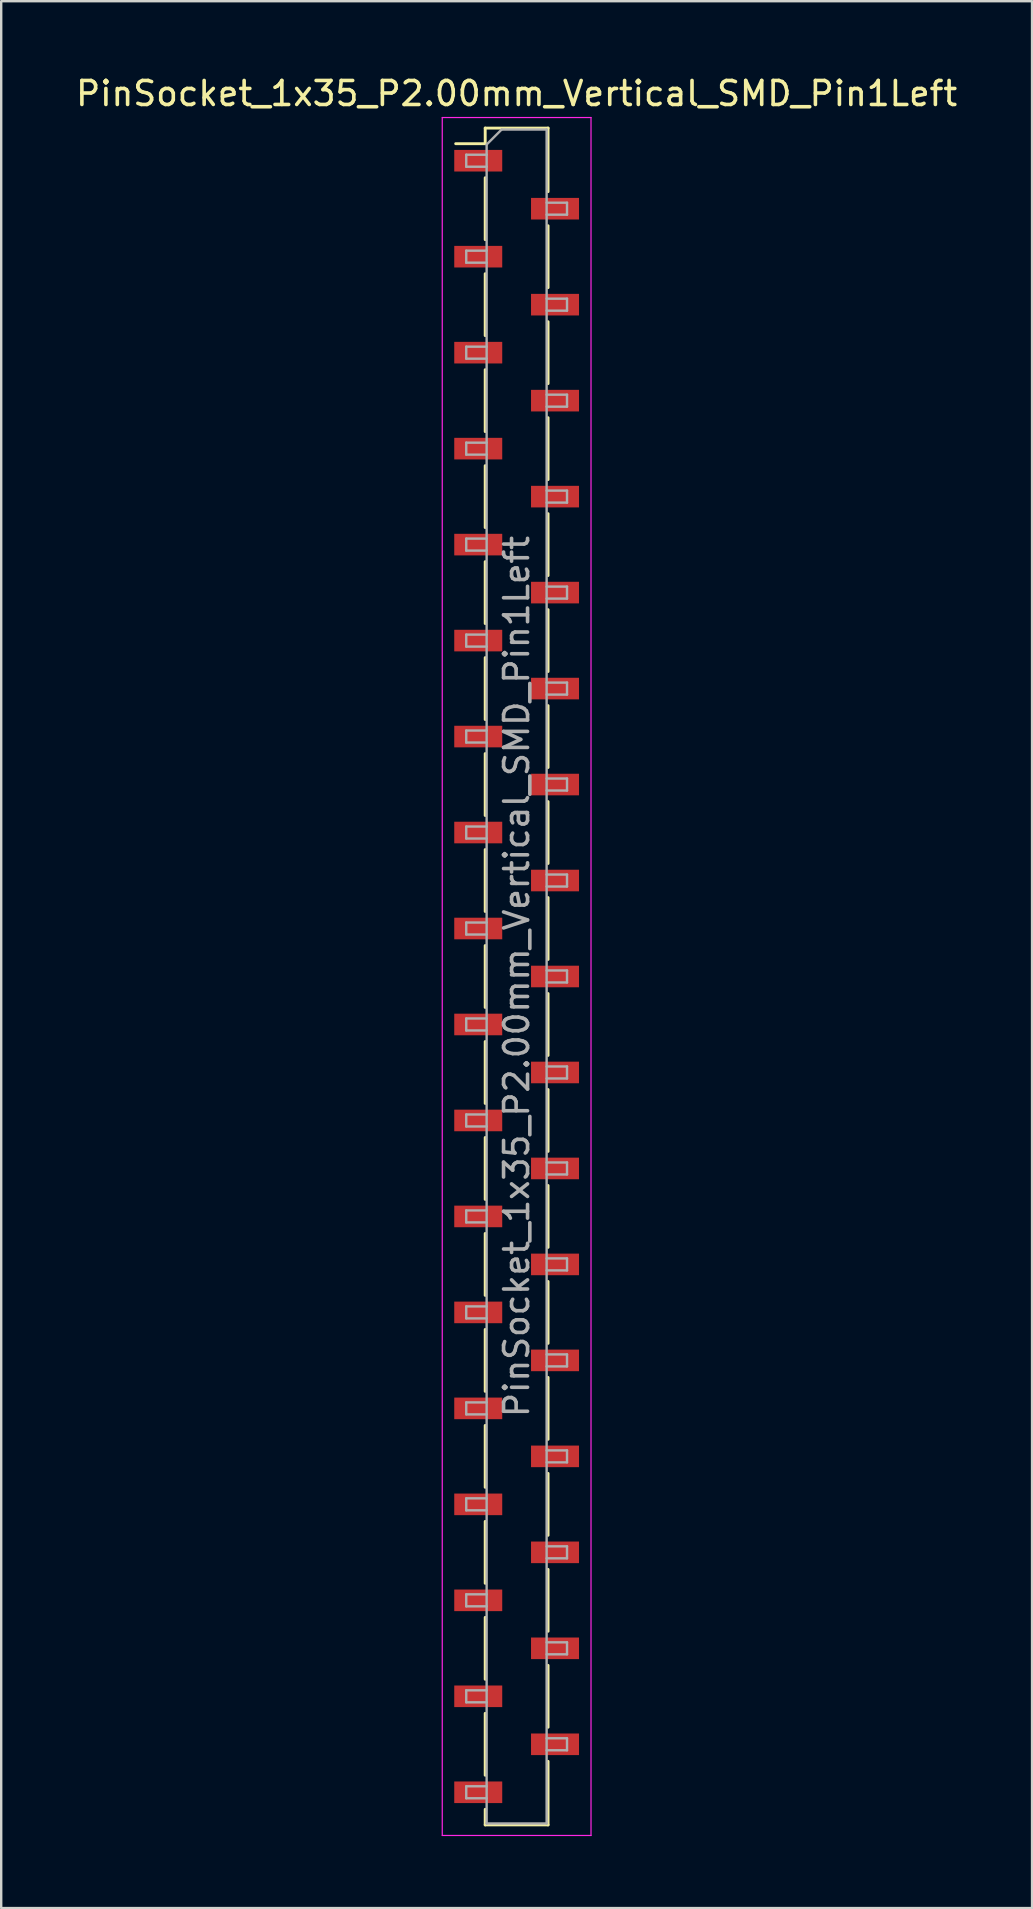
<source format=kicad_pcb>
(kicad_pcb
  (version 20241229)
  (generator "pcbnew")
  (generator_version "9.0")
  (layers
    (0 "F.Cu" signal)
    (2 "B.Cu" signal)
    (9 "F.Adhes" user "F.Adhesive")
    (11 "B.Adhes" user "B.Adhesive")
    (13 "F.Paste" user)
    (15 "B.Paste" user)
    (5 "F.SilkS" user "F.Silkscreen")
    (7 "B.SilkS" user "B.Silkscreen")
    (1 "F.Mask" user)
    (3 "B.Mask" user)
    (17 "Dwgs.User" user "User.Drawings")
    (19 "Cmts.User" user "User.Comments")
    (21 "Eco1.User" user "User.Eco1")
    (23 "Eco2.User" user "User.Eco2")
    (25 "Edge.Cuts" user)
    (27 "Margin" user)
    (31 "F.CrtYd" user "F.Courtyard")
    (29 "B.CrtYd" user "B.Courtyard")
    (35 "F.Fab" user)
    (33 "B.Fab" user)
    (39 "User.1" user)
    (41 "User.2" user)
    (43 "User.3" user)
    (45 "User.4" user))
  (footprint "PinSocket_1x35_P2.00mm_Vertical_SMD_Pin1Left"
    (layer "F.Cu")
    (at 18.482 37.648)
    (property "Reference" "PinSocket_1x35_P2.00mm_Vertical_SMD_Pin1Left" (at 0 -36.8 0) (layer "F.SilkS") (effects (font (size 1 1) (thickness 0.15))))
    (attr smd)
    (fp_line (start -2.54 -34.71) (end -1.31 -34.71) (stroke (width 0.12) (type solid)) (layer "F.SilkS"))
    (fp_line (start -1.31 -35.36) (end -1.31 -34.71) (stroke (width 0.12) (type solid)) (layer "F.SilkS"))
    (fp_line (start -1.31 -35.36) (end 1.31 -35.36) (stroke (width 0.12) (type solid)) (layer "F.SilkS"))
    (fp_line (start -1.31 -33.29) (end -1.31 -30.71) (stroke (width 0.12) (type solid)) (layer "F.SilkS"))
    (fp_line (start -1.31 -29.29) (end -1.31 -26.71) (stroke (width 0.12) (type solid)) (layer "F.SilkS"))
    (fp_line (start -1.31 -25.29) (end -1.31 -22.71) (stroke (width 0.12) (type solid)) (layer "F.SilkS"))
    (fp_line (start -1.31 -21.29) (end -1.31 -18.71) (stroke (width 0.12) (type solid)) (layer "F.SilkS"))
    (fp_line (start -1.31 -17.29) (end -1.31 -14.71) (stroke (width 0.12) (type solid)) (layer "F.SilkS"))
    (fp_line (start -1.31 -13.29) (end -1.31 -10.71) (stroke (width 0.12) (type solid)) (layer "F.SilkS"))
    (fp_line (start -1.31 -9.29) (end -1.31 -6.71) (stroke (width 0.12) (type solid)) (layer "F.SilkS"))
    (fp_line (start -1.31 -5.29) (end -1.31 -2.71) (stroke (width 0.12) (type solid)) (layer "F.SilkS"))
    (fp_line (start -1.31 -1.29) (end -1.31 1.29) (stroke (width 0.12) (type solid)) (layer "F.SilkS"))
    (fp_line (start -1.31 2.71) (end -1.31 5.29) (stroke (width 0.12) (type solid)) (layer "F.SilkS"))
    (fp_line (start -1.31 6.71) (end -1.31 9.29) (stroke (width 0.12) (type solid)) (layer "F.SilkS"))
    (fp_line (start -1.31 10.71) (end -1.31 13.29) (stroke (width 0.12) (type solid)) (layer "F.SilkS"))
    (fp_line (start -1.31 14.71) (end -1.31 17.29) (stroke (width 0.12) (type solid)) (layer "F.SilkS"))
    (fp_line (start -1.31 18.71) (end -1.31 21.29) (stroke (width 0.12) (type solid)) (layer "F.SilkS"))
    (fp_line (start -1.31 22.71) (end -1.31 25.29) (stroke (width 0.12) (type solid)) (layer "F.SilkS"))
    (fp_line (start -1.31 26.71) (end -1.31 29.29) (stroke (width 0.12) (type solid)) (layer "F.SilkS"))
    (fp_line (start -1.31 30.71) (end -1.31 33.29) (stroke (width 0.12) (type solid)) (layer "F.SilkS"))
    (fp_line (start -1.31 34.71) (end -1.31 35.36) (stroke (width 0.12) (type solid)) (layer "F.SilkS"))
    (fp_line (start -1.31 35.36) (end 1.31 35.36) (stroke (width 0.12) (type solid)) (layer "F.SilkS"))
    (fp_line (start 1.31 -35.36) (end 1.31 -32.71) (stroke (width 0.12) (type solid)) (layer "F.SilkS"))
    (fp_line (start 1.31 -31.29) (end 1.31 -28.71) (stroke (width 0.12) (type solid)) (layer "F.SilkS"))
    (fp_line (start 1.31 -27.29) (end 1.31 -24.71) (stroke (width 0.12) (type solid)) (layer "F.SilkS"))
    (fp_line (start 1.31 -23.29) (end 1.31 -20.71) (stroke (width 0.12) (type solid)) (layer "F.SilkS"))
    (fp_line (start 1.31 -19.29) (end 1.31 -16.71) (stroke (width 0.12) (type solid)) (layer "F.SilkS"))
    (fp_line (start 1.31 -15.29) (end 1.31 -12.71) (stroke (width 0.12) (type solid)) (layer "F.SilkS"))
    (fp_line (start 1.31 -11.29) (end 1.31 -8.71) (stroke (width 0.12) (type solid)) (layer "F.SilkS"))
    (fp_line (start 1.31 -7.29) (end 1.31 -4.71) (stroke (width 0.12) (type solid)) (layer "F.SilkS"))
    (fp_line (start 1.31 -3.29) (end 1.31 -0.71) (stroke (width 0.12) (type solid)) (layer "F.SilkS"))
    (fp_line (start 1.31 0.71) (end 1.31 3.29) (stroke (width 0.12) (type solid)) (layer "F.SilkS"))
    (fp_line (start 1.31 4.71) (end 1.31 7.29) (stroke (width 0.12) (type solid)) (layer "F.SilkS"))
    (fp_line (start 1.31 8.71) (end 1.31 11.29) (stroke (width 0.12) (type solid)) (layer "F.SilkS"))
    (fp_line (start 1.31 12.71) (end 1.31 15.29) (stroke (width 0.12) (type solid)) (layer "F.SilkS"))
    (fp_line (start 1.31 16.71) (end 1.31 19.29) (stroke (width 0.12) (type solid)) (layer "F.SilkS"))
    (fp_line (start 1.31 20.71) (end 1.31 23.29) (stroke (width 0.12) (type solid)) (layer "F.SilkS"))
    (fp_line (start 1.31 24.71) (end 1.31 27.29) (stroke (width 0.12) (type solid)) (layer "F.SilkS"))
    (fp_line (start 1.31 28.71) (end 1.31 31.29) (stroke (width 0.12) (type solid)) (layer "F.SilkS"))
    (fp_line (start 1.31 32.71) (end 1.31 35.36) (stroke (width 0.12) (type solid)) (layer "F.SilkS"))
    (fp_line (start -3.1 -35.8) (end 3.1 -35.8) (stroke (width 0.05) (type solid)) (layer "F.CrtYd"))
    (fp_line (start -3.1 35.8) (end -3.1 -35.8) (stroke (width 0.05) (type solid)) (layer "F.CrtYd"))
    (fp_line (start 3.1 -35.8) (end 3.1 35.8) (stroke (width 0.05) (type solid)) (layer "F.CrtYd"))
    (fp_line (start 3.1 35.8) (end -3.1 35.8) (stroke (width 0.05) (type solid)) (layer "F.CrtYd"))
    (fp_line (start -2.1 -34.25) (end -1.25 -34.25) (stroke (width 0.1) (type solid)) (layer "F.Fab"))
    (fp_line (start -2.1 -33.75) (end -2.1 -34.25) (stroke (width 0.1) (type solid)) (layer "F.Fab"))
    (fp_line (start -2.1 -30.25) (end -1.25 -30.25) (stroke (width 0.1) (type solid)) (layer "F.Fab"))
    (fp_line (start -2.1 -29.75) (end -2.1 -30.25) (stroke (width 0.1) (type solid)) (layer "F.Fab"))
    (fp_line (start -2.1 -26.25) (end -1.25 -26.25) (stroke (width 0.1) (type solid)) (layer "F.Fab"))
    (fp_line (start -2.1 -25.75) (end -2.1 -26.25) (stroke (width 0.1) (type solid)) (layer "F.Fab"))
    (fp_line (start -2.1 -22.25) (end -1.25 -22.25) (stroke (width 0.1) (type solid)) (layer "F.Fab"))
    (fp_line (start -2.1 -21.75) (end -2.1 -22.25) (stroke (width 0.1) (type solid)) (layer "F.Fab"))
    (fp_line (start -2.1 -18.25) (end -1.25 -18.25) (stroke (width 0.1) (type solid)) (layer "F.Fab"))
    (fp_line (start -2.1 -17.75) (end -2.1 -18.25) (stroke (width 0.1) (type solid)) (layer "F.Fab"))
    (fp_line (start -2.1 -14.25) (end -1.25 -14.25) (stroke (width 0.1) (type solid)) (layer "F.Fab"))
    (fp_line (start -2.1 -13.75) (end -2.1 -14.25) (stroke (width 0.1) (type solid)) (layer "F.Fab"))
    (fp_line (start -2.1 -10.25) (end -1.25 -10.25) (stroke (width 0.1) (type solid)) (layer "F.Fab"))
    (fp_line (start -2.1 -9.75) (end -2.1 -10.25) (stroke (width 0.1) (type solid)) (layer "F.Fab"))
    (fp_line (start -2.1 -6.25) (end -1.25 -6.25) (stroke (width 0.1) (type solid)) (layer "F.Fab"))
    (fp_line (start -2.1 -5.75) (end -2.1 -6.25) (stroke (width 0.1) (type solid)) (layer "F.Fab"))
    (fp_line (start -2.1 -2.25) (end -1.25 -2.25) (stroke (width 0.1) (type solid)) (layer "F.Fab"))
    (fp_line (start -2.1 -1.75) (end -2.1 -2.25) (stroke (width 0.1) (type solid)) (layer "F.Fab"))
    (fp_line (start -2.1 1.75) (end -1.25 1.75) (stroke (width 0.1) (type solid)) (layer "F.Fab"))
    (fp_line (start -2.1 2.25) (end -2.1 1.75) (stroke (width 0.1) (type solid)) (layer "F.Fab"))
    (fp_line (start -2.1 5.75) (end -1.25 5.75) (stroke (width 0.1) (type solid)) (layer "F.Fab"))
    (fp_line (start -2.1 6.25) (end -2.1 5.75) (stroke (width 0.1) (type solid)) (layer "F.Fab"))
    (fp_line (start -2.1 9.75) (end -1.25 9.75) (stroke (width 0.1) (type solid)) (layer "F.Fab"))
    (fp_line (start -2.1 10.25) (end -2.1 9.75) (stroke (width 0.1) (type solid)) (layer "F.Fab"))
    (fp_line (start -2.1 13.75) (end -1.25 13.75) (stroke (width 0.1) (type solid)) (layer "F.Fab"))
    (fp_line (start -2.1 14.25) (end -2.1 13.75) (stroke (width 0.1) (type solid)) (layer "F.Fab"))
    (fp_line (start -2.1 17.75) (end -1.25 17.75) (stroke (width 0.1) (type solid)) (layer "F.Fab"))
    (fp_line (start -2.1 18.25) (end -2.1 17.75) (stroke (width 0.1) (type solid)) (layer "F.Fab"))
    (fp_line (start -2.1 21.75) (end -1.25 21.75) (stroke (width 0.1) (type solid)) (layer "F.Fab"))
    (fp_line (start -2.1 22.25) (end -2.1 21.75) (stroke (width 0.1) (type solid)) (layer "F.Fab"))
    (fp_line (start -2.1 25.75) (end -1.25 25.75) (stroke (width 0.1) (type solid)) (layer "F.Fab"))
    (fp_line (start -2.1 26.25) (end -2.1 25.75) (stroke (width 0.1) (type solid)) (layer "F.Fab"))
    (fp_line (start -2.1 29.75) (end -1.25 29.75) (stroke (width 0.1) (type solid)) (layer "F.Fab"))
    (fp_line (start -2.1 30.25) (end -2.1 29.75) (stroke (width 0.1) (type solid)) (layer "F.Fab"))
    (fp_line (start -2.1 33.75) (end -1.25 33.75) (stroke (width 0.1) (type solid)) (layer "F.Fab"))
    (fp_line (start -2.1 34.25) (end -2.1 33.75) (stroke (width 0.1) (type solid)) (layer "F.Fab"))
    (fp_line (start -1.25 -34.675) (end -0.625 -35.3) (stroke (width 0.1) (type solid)) (layer "F.Fab"))
    (fp_line (start -1.25 -33.75) (end -2.1 -33.75) (stroke (width 0.1) (type solid)) (layer "F.Fab"))
    (fp_line (start -1.25 -29.75) (end -2.1 -29.75) (stroke (width 0.1) (type solid)) (layer "F.Fab"))
    (fp_line (start -1.25 -25.75) (end -2.1 -25.75) (stroke (width 0.1) (type solid)) (layer "F.Fab"))
    (fp_line (start -1.25 -21.75) (end -2.1 -21.75) (stroke (width 0.1) (type solid)) (layer "F.Fab"))
    (fp_line (start -1.25 -17.75) (end -2.1 -17.75) (stroke (width 0.1) (type solid)) (layer "F.Fab"))
    (fp_line (start -1.25 -13.75) (end -2.1 -13.75) (stroke (width 0.1) (type solid)) (layer "F.Fab"))
    (fp_line (start -1.25 -9.75) (end -2.1 -9.75) (stroke (width 0.1) (type solid)) (layer "F.Fab"))
    (fp_line (start -1.25 -5.75) (end -2.1 -5.75) (stroke (width 0.1) (type solid)) (layer "F.Fab"))
    (fp_line (start -1.25 -1.75) (end -2.1 -1.75) (stroke (width 0.1) (type solid)) (layer "F.Fab"))
    (fp_line (start -1.25 2.25) (end -2.1 2.25) (stroke (width 0.1) (type solid)) (layer "F.Fab"))
    (fp_line (start -1.25 6.25) (end -2.1 6.25) (stroke (width 0.1) (type solid)) (layer "F.Fab"))
    (fp_line (start -1.25 10.25) (end -2.1 10.25) (stroke (width 0.1) (type solid)) (layer "F.Fab"))
    (fp_line (start -1.25 14.25) (end -2.1 14.25) (stroke (width 0.1) (type solid)) (layer "F.Fab"))
    (fp_line (start -1.25 18.25) (end -2.1 18.25) (stroke (width 0.1) (type solid)) (layer "F.Fab"))
    (fp_line (start -1.25 22.25) (end -2.1 22.25) (stroke (width 0.1) (type solid)) (layer "F.Fab"))
    (fp_line (start -1.25 26.25) (end -2.1 26.25) (stroke (width 0.1) (type solid)) (layer "F.Fab"))
    (fp_line (start -1.25 30.25) (end -2.1 30.25) (stroke (width 0.1) (type solid)) (layer "F.Fab"))
    (fp_line (start -1.25 34.25) (end -2.1 34.25) (stroke (width 0.1) (type solid)) (layer "F.Fab"))
    (fp_line (start -1.25 35.3) (end -1.25 -34.675) (stroke (width 0.1) (type solid)) (layer "F.Fab"))
    (fp_line (start -0.625 -35.3) (end 1.25 -35.3) (stroke (width 0.1) (type solid)) (layer "F.Fab"))
    (fp_line (start 1.25 -35.3) (end 1.25 35.3) (stroke (width 0.1) (type solid)) (layer "F.Fab"))
    (fp_line (start 1.25 -32.25) (end 2.1 -32.25) (stroke (width 0.1) (type solid)) (layer "F.Fab"))
    (fp_line (start 1.25 -28.25) (end 2.1 -28.25) (stroke (width 0.1) (type solid)) (layer "F.Fab"))
    (fp_line (start 1.25 -24.25) (end 2.1 -24.25) (stroke (width 0.1) (type solid)) (layer "F.Fab"))
    (fp_line (start 1.25 -20.25) (end 2.1 -20.25) (stroke (width 0.1) (type solid)) (layer "F.Fab"))
    (fp_line (start 1.25 -16.25) (end 2.1 -16.25) (stroke (width 0.1) (type solid)) (layer "F.Fab"))
    (fp_line (start 1.25 -12.25) (end 2.1 -12.25) (stroke (width 0.1) (type solid)) (layer "F.Fab"))
    (fp_line (start 1.25 -8.25) (end 2.1 -8.25) (stroke (width 0.1) (type solid)) (layer "F.Fab"))
    (fp_line (start 1.25 -4.25) (end 2.1 -4.25) (stroke (width 0.1) (type solid)) (layer "F.Fab"))
    (fp_line (start 1.25 -0.25) (end 2.1 -0.25) (stroke (width 0.1) (type solid)) (layer "F.Fab"))
    (fp_line (start 1.25 3.75) (end 2.1 3.75) (stroke (width 0.1) (type solid)) (layer "F.Fab"))
    (fp_line (start 1.25 7.75) (end 2.1 7.75) (stroke (width 0.1) (type solid)) (layer "F.Fab"))
    (fp_line (start 1.25 11.75) (end 2.1 11.75) (stroke (width 0.1) (type solid)) (layer "F.Fab"))
    (fp_line (start 1.25 15.75) (end 2.1 15.75) (stroke (width 0.1) (type solid)) (layer "F.Fab"))
    (fp_line (start 1.25 19.75) (end 2.1 19.75) (stroke (width 0.1) (type solid)) (layer "F.Fab"))
    (fp_line (start 1.25 23.75) (end 2.1 23.75) (stroke (width 0.1) (type solid)) (layer "F.Fab"))
    (fp_line (start 1.25 27.75) (end 2.1 27.75) (stroke (width 0.1) (type solid)) (layer "F.Fab"))
    (fp_line (start 1.25 31.75) (end 2.1 31.75) (stroke (width 0.1) (type solid)) (layer "F.Fab"))
    (fp_line (start 1.25 35.3) (end -1.25 35.3) (stroke (width 0.1) (type solid)) (layer "F.Fab"))
    (fp_line (start 2.1 -32.25) (end 2.1 -31.75) (stroke (width 0.1) (type solid)) (layer "F.Fab"))
    (fp_line (start 2.1 -31.75) (end 1.25 -31.75) (stroke (width 0.1) (type solid)) (layer "F.Fab"))
    (fp_line (start 2.1 -28.25) (end 2.1 -27.75) (stroke (width 0.1) (type solid)) (layer "F.Fab"))
    (fp_line (start 2.1 -27.75) (end 1.25 -27.75) (stroke (width 0.1) (type solid)) (layer "F.Fab"))
    (fp_line (start 2.1 -24.25) (end 2.1 -23.75) (stroke (width 0.1) (type solid)) (layer "F.Fab"))
    (fp_line (start 2.1 -23.75) (end 1.25 -23.75) (stroke (width 0.1) (type solid)) (layer "F.Fab"))
    (fp_line (start 2.1 -20.25) (end 2.1 -19.75) (stroke (width 0.1) (type solid)) (layer "F.Fab"))
    (fp_line (start 2.1 -19.75) (end 1.25 -19.75) (stroke (width 0.1) (type solid)) (layer "F.Fab"))
    (fp_line (start 2.1 -16.25) (end 2.1 -15.75) (stroke (width 0.1) (type solid)) (layer "F.Fab"))
    (fp_line (start 2.1 -15.75) (end 1.25 -15.75) (stroke (width 0.1) (type solid)) (layer "F.Fab"))
    (fp_line (start 2.1 -12.25) (end 2.1 -11.75) (stroke (width 0.1) (type solid)) (layer "F.Fab"))
    (fp_line (start 2.1 -11.75) (end 1.25 -11.75) (stroke (width 0.1) (type solid)) (layer "F.Fab"))
    (fp_line (start 2.1 -8.25) (end 2.1 -7.75) (stroke (width 0.1) (type solid)) (layer "F.Fab"))
    (fp_line (start 2.1 -7.75) (end 1.25 -7.75) (stroke (width 0.1) (type solid)) (layer "F.Fab"))
    (fp_line (start 2.1 -4.25) (end 2.1 -3.75) (stroke (width 0.1) (type solid)) (layer "F.Fab"))
    (fp_line (start 2.1 -3.75) (end 1.25 -3.75) (stroke (width 0.1) (type solid)) (layer "F.Fab"))
    (fp_line (start 2.1 -0.25) (end 2.1 0.25) (stroke (width 0.1) (type solid)) (layer "F.Fab"))
    (fp_line (start 2.1 0.25) (end 1.25 0.25) (stroke (width 0.1) (type solid)) (layer "F.Fab"))
    (fp_line (start 2.1 3.75) (end 2.1 4.25) (stroke (width 0.1) (type solid)) (layer "F.Fab"))
    (fp_line (start 2.1 4.25) (end 1.25 4.25) (stroke (width 0.1) (type solid)) (layer "F.Fab"))
    (fp_line (start 2.1 7.75) (end 2.1 8.25) (stroke (width 0.1) (type solid)) (layer "F.Fab"))
    (fp_line (start 2.1 8.25) (end 1.25 8.25) (stroke (width 0.1) (type solid)) (layer "F.Fab"))
    (fp_line (start 2.1 11.75) (end 2.1 12.25) (stroke (width 0.1) (type solid)) (layer "F.Fab"))
    (fp_line (start 2.1 12.25) (end 1.25 12.25) (stroke (width 0.1) (type solid)) (layer "F.Fab"))
    (fp_line (start 2.1 15.75) (end 2.1 16.25) (stroke (width 0.1) (type solid)) (layer "F.Fab"))
    (fp_line (start 2.1 16.25) (end 1.25 16.25) (stroke (width 0.1) (type solid)) (layer "F.Fab"))
    (fp_line (start 2.1 19.75) (end 2.1 20.25) (stroke (width 0.1) (type solid)) (layer "F.Fab"))
    (fp_line (start 2.1 20.25) (end 1.25 20.25) (stroke (width 0.1) (type solid)) (layer "F.Fab"))
    (fp_line (start 2.1 23.75) (end 2.1 24.25) (stroke (width 0.1) (type solid)) (layer "F.Fab"))
    (fp_line (start 2.1 24.25) (end 1.25 24.25) (stroke (width 0.1) (type solid)) (layer "F.Fab"))
    (fp_line (start 2.1 27.75) (end 2.1 28.25) (stroke (width 0.1) (type solid)) (layer "F.Fab"))
    (fp_line (start 2.1 28.25) (end 1.25 28.25) (stroke (width 0.1) (type solid)) (layer "F.Fab"))
    (fp_line (start 2.1 31.75) (end 2.1 32.25) (stroke (width 0.1) (type solid)) (layer "F.Fab"))
    (fp_line (start 2.1 32.25) (end 1.25 32.25) (stroke (width 0.1) (type solid)) (layer "F.Fab"))
    (fp_text user "${REFERENCE}" (at 0 0 90) (layer "F.Fab") (effects (font (size 1 1) (thickness 0.15))))
    (pad "1" smd rect (at -1.6 -34) (size 2 0.9) (layers "F.Cu" "F.Mask" "F.Paste"))
    (pad "2" smd rect (at 1.6 -32) (size 2 0.9) (layers "F.Cu" "F.Mask" "F.Paste"))
    (pad "3" smd rect (at -1.6 -30) (size 2 0.9) (layers "F.Cu" "F.Mask" "F.Paste"))
    (pad "4" smd rect (at 1.6 -28) (size 2 0.9) (layers "F.Cu" "F.Mask" "F.Paste"))
    (pad "5" smd rect (at -1.6 -26) (size 2 0.9) (layers "F.Cu" "F.Mask" "F.Paste"))
    (pad "6" smd rect (at 1.6 -24) (size 2 0.9) (layers "F.Cu" "F.Mask" "F.Paste"))
    (pad "7" smd rect (at -1.6 -22) (size 2 0.9) (layers "F.Cu" "F.Mask" "F.Paste"))
    (pad "8" smd rect (at 1.6 -20) (size 2 0.9) (layers "F.Cu" "F.Mask" "F.Paste"))
    (pad "9" smd rect (at -1.6 -18) (size 2 0.9) (layers "F.Cu" "F.Mask" "F.Paste"))
    (pad "10" smd rect (at 1.6 -16) (size 2 0.9) (layers "F.Cu" "F.Mask" "F.Paste"))
    (pad "11" smd rect (at -1.6 -14) (size 2 0.9) (layers "F.Cu" "F.Mask" "F.Paste"))
    (pad "12" smd rect (at 1.6 -12) (size 2 0.9) (layers "F.Cu" "F.Mask" "F.Paste"))
    (pad "13" smd rect (at -1.6 -10) (size 2 0.9) (layers "F.Cu" "F.Mask" "F.Paste"))
    (pad "14" smd rect (at 1.6 -8) (size 2 0.9) (layers "F.Cu" "F.Mask" "F.Paste"))
    (pad "15" smd rect (at -1.6 -6) (size 2 0.9) (layers "F.Cu" "F.Mask" "F.Paste"))
    (pad "16" smd rect (at 1.6 -4) (size 2 0.9) (layers "F.Cu" "F.Mask" "F.Paste"))
    (pad "17" smd rect (at -1.6 -2) (size 2 0.9) (layers "F.Cu" "F.Mask" "F.Paste"))
    (pad "18" smd rect (at 1.6 0) (size 2 0.9) (layers "F.Cu" "F.Mask" "F.Paste"))
    (pad "19" smd rect (at -1.6 2) (size 2 0.9) (layers "F.Cu" "F.Mask" "F.Paste"))
    (pad "20" smd rect (at 1.6 4) (size 2 0.9) (layers "F.Cu" "F.Mask" "F.Paste"))
    (pad "21" smd rect (at -1.6 6) (size 2 0.9) (layers "F.Cu" "F.Mask" "F.Paste"))
    (pad "22" smd rect (at 1.6 8) (size 2 0.9) (layers "F.Cu" "F.Mask" "F.Paste"))
    (pad "23" smd rect (at -1.6 10) (size 2 0.9) (layers "F.Cu" "F.Mask" "F.Paste"))
    (pad "24" smd rect (at 1.6 12) (size 2 0.9) (layers "F.Cu" "F.Mask" "F.Paste"))
    (pad "25" smd rect (at -1.6 14) (size 2 0.9) (layers "F.Cu" "F.Mask" "F.Paste"))
    (pad "26" smd rect (at 1.6 16) (size 2 0.9) (layers "F.Cu" "F.Mask" "F.Paste"))
    (pad "27" smd rect (at -1.6 18) (size 2 0.9) (layers "F.Cu" "F.Mask" "F.Paste"))
    (pad "28" smd rect (at 1.6 20) (size 2 0.9) (layers "F.Cu" "F.Mask" "F.Paste"))
    (pad "29" smd rect (at -1.6 22) (size 2 0.9) (layers "F.Cu" "F.Mask" "F.Paste"))
    (pad "30" smd rect (at 1.6 24) (size 2 0.9) (layers "F.Cu" "F.Mask" "F.Paste"))
    (pad "31" smd rect (at -1.6 26) (size 2 0.9) (layers "F.Cu" "F.Mask" "F.Paste"))
    (pad "32" smd rect (at 1.6 28) (size 2 0.9) (layers "F.Cu" "F.Mask" "F.Paste"))
    (pad "33" smd rect (at -1.6 30) (size 2 0.9) (layers "F.Cu" "F.Mask" "F.Paste"))
    (pad "34" smd rect (at 1.6 32) (size 2 0.9) (layers "F.Cu" "F.Mask" "F.Paste"))
    (pad "35" smd rect (at -1.6 34) (size 2 0.9) (layers "F.Cu" "F.Mask" "F.Paste")))
  (gr_rect
    (start -3 -3)
    (end 39.964 76.473)
    (stroke (width 0.1) (type default))
    (fill no)
    (layer "Edge.Cuts")))
</source>
